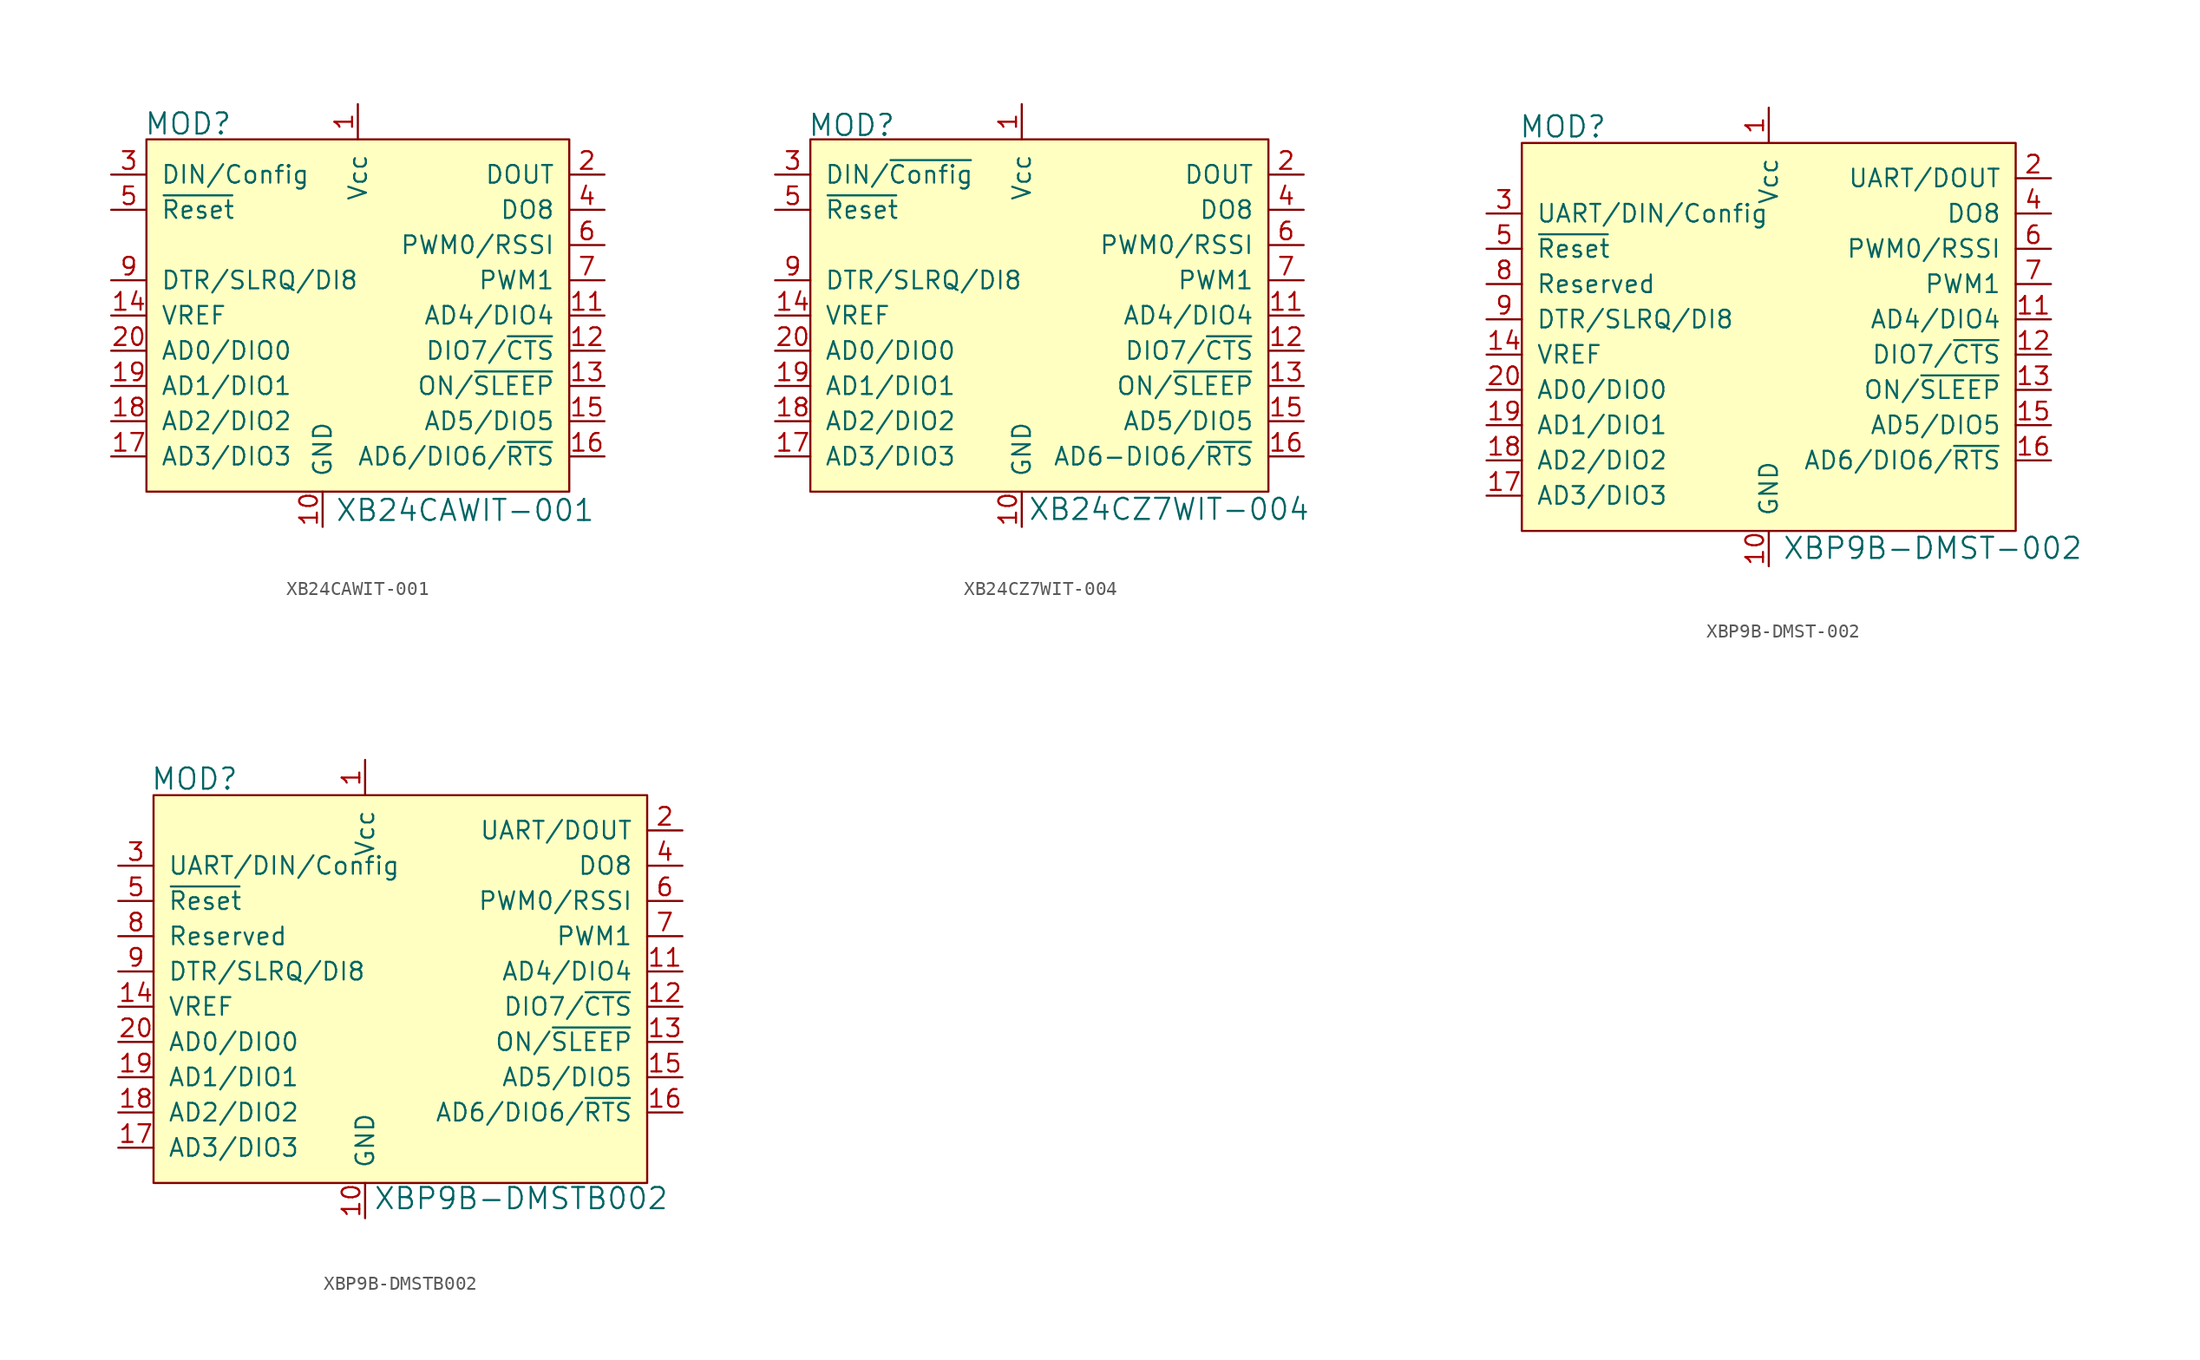
<source format=kicad_sym>
(kicad_symbol_lib
  (version 20201005)
  (generator kicad_symbol_editor)
  (symbol "XB24CAWIT-001"
    (pin_names
      (offset 1.016))
    (property "Reference" "MOD"
      (at -15.418 13.818 0)
      (effects (font (size 1.524 1.524)) (justify left)))
    (property "Value" "XB24CAWIT-001"
      (at -1.651 -14.046 0)
      (effects (font (size 1.524 1.524)) (justify left)))
    (symbol "XB24CAWIT-001_0_1"
      (rectangle (start -15.24 12.7) (end 15.24 -12.7) (stroke (width 0)) (fill (type background))))
    (symbol "XB24CAWIT-001_1_1"
      (pin power_in line (at 0 15.24 270) (length 2.54) (name "Vcc" (effects (font (size 1.27 1.27)))) (number "1" (effects (font (size 1.27 1.27)))))
      (pin output line (at 17.78 10.16 180) (length 2.54) (name "DOUT" (effects (font (size 1.27 1.27)))) (number "2" (effects (font (size 1.27 1.27)))))
      (pin input line (at -17.78 10.16 0) (length 2.54) (name "DIN/Config" (effects (font (size 1.27 1.27)))) (number "3" (effects (font (size 1.27 1.27)))))
      (pin output line (at 17.78 7.62 180) (length 2.54) (name "DO8" (effects (font (size 1.27 1.27)))) (number "4" (effects (font (size 1.27 1.27)))))
      (pin input line (at -17.78 7.62 0) (length 2.54) (name "~Reset" (effects (font (size 1.27 1.27)))) (number "5" (effects (font (size 1.27 1.27)))))
      (pin output line (at 17.78 5.08 180) (length 2.54) (name "PWM0/RSSI" (effects (font (size 1.27 1.27)))) (number "6" (effects (font (size 1.27 1.27)))))
      (pin output line (at 17.78 2.54 180) (length 2.54) (name "PWM1" (effects (font (size 1.27 1.27)))) (number "7" (effects (font (size 1.27 1.27)))))
      (pin no_connect line (at -15.24 5.08 0) (length 2.54) hide (name "Reserved" (effects (font (size 1.27 1.27)))) (number "8" (effects (font (size 1.27 1.27)))))
      (pin input line (at -17.78 2.54 0) (length 2.54) (name "DTR/SLRQ/DI8" (effects (font (size 1.27 1.27)))) (number "9" (effects (font (size 1.27 1.27)))))
      (pin power_in line (at -2.54 -15.24 90) (length 2.54) (name "GND" (effects (font (size 1.27 1.27)))) (number "10" (effects (font (size 1.27 1.27)))))
      (pin bidirectional line (at -17.78 -2.54 0) (length 2.54) (name "AD0/DIO0" (effects (font (size 1.27 1.27)))) (number "20" (effects (font (size 1.27 1.27)))))
      (pin bidirectional line (at 17.78 0 180) (length 2.54) (name "AD4/DIO4" (effects (font (size 1.27 1.27)))) (number "11" (effects (font (size 1.27 1.27)))))
      (pin bidirectional line (at 17.78 -2.54 180) (length 2.54) (name "DIO7/~CTS" (effects (font (size 1.27 1.27)))) (number "12" (effects (font (size 1.27 1.27)))))
      (pin output line (at 17.78 -5.08 180) (length 2.54) (name "ON/~SLEEP" (effects (font (size 1.27 1.27)))) (number "13" (effects (font (size 1.27 1.27)))))
      (pin input line (at -17.78 0 0) (length 2.54) (name "VREF" (effects (font (size 1.27 1.27)))) (number "14" (effects (font (size 1.27 1.27)))))
      (pin bidirectional line (at 17.78 -7.62 180) (length 2.54) (name "AD5/DIO5" (effects (font (size 1.27 1.27)))) (number "15" (effects (font (size 1.27 1.27)))))
      (pin bidirectional line (at 17.78 -10.16 180) (length 2.54) (name "AD6/DIO6/~RTS" (effects (font (size 1.27 1.27)))) (number "16" (effects (font (size 1.27 1.27)))))
      (pin bidirectional line (at -17.78 -10.16 0) (length 2.54) (name "AD3/DIO3" (effects (font (size 1.27 1.27)))) (number "17" (effects (font (size 1.27 1.27)))))
      (pin bidirectional line (at -17.78 -7.62 0) (length 2.54) (name "AD2/DIO2" (effects (font (size 1.27 1.27)))) (number "18" (effects (font (size 1.27 1.27)))))
      (pin bidirectional line (at -17.78 -5.08 0) (length 2.54) (name "AD1/DIO1" (effects (font (size 1.27 1.27)))) (number "19" (effects (font (size 1.27 1.27)))))))
  (symbol "XB24CZ7WIT-004"
    (pin_names
      (offset 1.016))
    (property "Reference" "MOD"
      (at -15.443 13.716 0)
      (effects (font (size 1.524 1.524)) (justify left)))
    (property "Value" "XB24CZ7WIT-004"
      (at 0.432 -13.97 0)
      (effects (font (size 1.524 1.524)) (justify left)))
    (symbol "XB24CZ7WIT-004_0_1"
      (rectangle (start -15.24 12.7) (end 17.78 -12.7) (stroke (width 0)) (fill (type background))))
    (symbol "XB24CZ7WIT-004_1_1"
      (pin power_in line (at 0 15.24 270) (length 2.54) (name "Vcc" (effects (font (size 1.27 1.27)))) (number "1" (effects (font (size 1.27 1.27)))))
      (pin output line (at 20.32 10.16 180) (length 2.54) (name "DOUT" (effects (font (size 1.27 1.27)))) (number "2" (effects (font (size 1.27 1.27)))))
      (pin input line (at -17.78 10.16 0) (length 2.54) (name "DIN/~Config" (effects (font (size 1.27 1.27)))) (number "3" (effects (font (size 1.27 1.27)))))
      (pin output line (at 20.32 7.62 180) (length 2.54) (name "DO8" (effects (font (size 1.27 1.27)))) (number "4" (effects (font (size 1.27 1.27)))))
      (pin input line (at -17.78 7.62 0) (length 2.54) (name "~Reset" (effects (font (size 1.27 1.27)))) (number "5" (effects (font (size 1.27 1.27)))))
      (pin output line (at 20.32 5.08 180) (length 2.54) (name "PWM0/RSSI" (effects (font (size 1.27 1.27)))) (number "6" (effects (font (size 1.27 1.27)))))
      (pin output line (at 20.32 2.54 180) (length 2.54) (name "PWM1" (effects (font (size 1.27 1.27)))) (number "7" (effects (font (size 1.27 1.27)))))
      (pin no_connect line (at -15.24 5.08 0) (length 2.54) hide (name "Reserved" (effects (font (size 1.27 1.27)))) (number "8" (effects (font (size 1.27 1.27)))))
      (pin input line (at -17.78 2.54 0) (length 2.54) (name "DTR/SLRQ/DI8" (effects (font (size 1.27 1.27)))) (number "9" (effects (font (size 1.27 1.27)))))
      (pin power_in line (at 0 -15.24 90) (length 2.54) (name "GND" (effects (font (size 1.27 1.27)))) (number "10" (effects (font (size 1.27 1.27)))))
      (pin bidirectional line (at -17.78 -2.54 0) (length 2.54) (name "AD0/DIO0" (effects (font (size 1.27 1.27)))) (number "20" (effects (font (size 1.27 1.27)))))
      (pin bidirectional line (at 20.32 0 180) (length 2.54) (name "AD4/DIO4" (effects (font (size 1.27 1.27)))) (number "11" (effects (font (size 1.27 1.27)))))
      (pin bidirectional line (at 20.32 -2.54 180) (length 2.54) (name "DIO7/~CTS" (effects (font (size 1.27 1.27)))) (number "12" (effects (font (size 1.27 1.27)))))
      (pin output line (at 20.32 -5.08 180) (length 2.54) (name "ON/~SLEEP" (effects (font (size 1.27 1.27)))) (number "13" (effects (font (size 1.27 1.27)))))
      (pin input line (at -17.78 0 0) (length 2.54) (name "VREF" (effects (font (size 1.27 1.27)))) (number "14" (effects (font (size 1.27 1.27)))))
      (pin bidirectional line (at 20.32 -7.62 180) (length 2.54) (name "AD5/DIO5" (effects (font (size 1.27 1.27)))) (number "15" (effects (font (size 1.27 1.27)))))
      (pin bidirectional line (at 20.32 -10.16 180) (length 2.54) (name "AD6-DIO6/~RTS" (effects (font (size 1.27 1.27)))) (number "16" (effects (font (size 1.27 1.27)))))
      (pin bidirectional line (at -17.78 -10.16 0) (length 2.54) (name "AD3/DIO3" (effects (font (size 1.27 1.27)))) (number "17" (effects (font (size 1.27 1.27)))))
      (pin bidirectional line (at -17.78 -7.62 0) (length 2.54) (name "AD2/DIO2" (effects (font (size 1.27 1.27)))) (number "18" (effects (font (size 1.27 1.27)))))
      (pin bidirectional line (at -17.78 -5.08 0) (length 2.54) (name "AD1/DIO1" (effects (font (size 1.27 1.27)))) (number "19" (effects (font (size 1.27 1.27)))))))
  (symbol "XBP9B-DMST-002"
    (pin_names
      (offset 1.016))
    (property "Reference" "MOD"
      (at -18.009 16.408 0)
      (effects (font (size 1.524 1.524)) (justify left)))
    (property "Value" "XBP9B-DMST-002"
      (at 0.965 -13.945 0)
      (effects (font (size 1.524 1.524)) (justify left)))
    (symbol "XBP9B-DMST-002_0_1"
      (rectangle (start -17.78 15.24) (end 17.78 -12.7) (stroke (width 0)) (fill (type background))))
    (symbol "XBP9B-DMST-002_1_1"
      (pin power_in line (at 0 17.78 270) (length 2.54) (name "Vcc" (effects (font (size 1.27 1.27)))) (number "1" (effects (font (size 1.27 1.27)))))
      (pin output line (at 20.32 12.7 180) (length 2.54) (name "UART/DOUT" (effects (font (size 1.27 1.27)))) (number "2" (effects (font (size 1.27 1.27)))))
      (pin input line (at -20.32 10.16 0) (length 2.54) (name "UART/DIN/Config" (effects (font (size 1.27 1.27)))) (number "3" (effects (font (size 1.27 1.27)))))
      (pin output line (at 20.32 10.16 180) (length 2.54) (name "DO8" (effects (font (size 1.27 1.27)))) (number "4" (effects (font (size 1.27 1.27)))))
      (pin input line (at -20.32 7.62 0) (length 2.54) (name "~Reset" (effects (font (size 1.27 1.27)))) (number "5" (effects (font (size 1.27 1.27)))))
      (pin output line (at 20.32 7.62 180) (length 2.54) (name "PWM0/RSSI" (effects (font (size 1.27 1.27)))) (number "6" (effects (font (size 1.27 1.27)))))
      (pin output line (at 20.32 5.08 180) (length 2.54) (name "PWM1" (effects (font (size 1.27 1.27)))) (number "7" (effects (font (size 1.27 1.27)))))
      (pin bidirectional line (at -20.32 5.08 0) (length 2.54) (name "Reserved" (effects (font (size 1.27 1.27)))) (number "8" (effects (font (size 1.27 1.27)))))
      (pin input line (at -20.32 2.54 0) (length 2.54) (name "DTR/SLRQ/DI8" (effects (font (size 1.27 1.27)))) (number "9" (effects (font (size 1.27 1.27)))))
      (pin power_in line (at 0 -15.24 90) (length 2.54) (name "GND" (effects (font (size 1.27 1.27)))) (number "10" (effects (font (size 1.27 1.27)))))
      (pin bidirectional line (at -20.32 -2.54 0) (length 2.54) (name "AD0/DIO0" (effects (font (size 1.27 1.27)))) (number "20" (effects (font (size 1.27 1.27)))))
      (pin bidirectional line (at 20.32 2.54 180) (length 2.54) (name "AD4/DIO4" (effects (font (size 1.27 1.27)))) (number "11" (effects (font (size 1.27 1.27)))))
      (pin bidirectional line (at 20.32 0 180) (length 2.54) (name "DIO7/~CTS" (effects (font (size 1.27 1.27)))) (number "12" (effects (font (size 1.27 1.27)))))
      (pin output line (at 20.32 -2.54 180) (length 2.54) (name "ON/~SLEEP" (effects (font (size 1.27 1.27)))) (number "13" (effects (font (size 1.27 1.27)))))
      (pin input line (at -20.32 0 0) (length 2.54) (name "VREF" (effects (font (size 1.27 1.27)))) (number "14" (effects (font (size 1.27 1.27)))))
      (pin bidirectional line (at 20.32 -5.08 180) (length 2.54) (name "AD5/DIO5" (effects (font (size 1.27 1.27)))) (number "15" (effects (font (size 1.27 1.27)))))
      (pin bidirectional line (at 20.32 -7.62 180) (length 2.54) (name "AD6/DIO6/~RTS" (effects (font (size 1.27 1.27)))) (number "16" (effects (font (size 1.27 1.27)))))
      (pin bidirectional line (at -20.32 -10.16 0) (length 2.54) (name "AD3/DIO3" (effects (font (size 1.27 1.27)))) (number "17" (effects (font (size 1.27 1.27)))))
      (pin bidirectional line (at -20.32 -7.62 0) (length 2.54) (name "AD2/DIO2" (effects (font (size 1.27 1.27)))) (number "18" (effects (font (size 1.27 1.27)))))
      (pin bidirectional line (at -20.32 -5.08 0) (length 2.54) (name "AD1/DIO1" (effects (font (size 1.27 1.27)))) (number "19" (effects (font (size 1.27 1.27)))))))
  (symbol "XBP9B-DMSTB002"
    (pin_names
      (offset 1.016))
    (property "Reference" "MOD"
      (at -18.009 18.948 0)
      (effects (font (size 1.524 1.524)) (justify left)))
    (property "Value" "XBP9B-DMSTB002"
      (at -1.956 -11.278 0)
      (effects (font (size 1.524 1.524)) (justify left)))
    (symbol "XBP9B-DMSTB002_0_1"
      (rectangle (start -17.78 17.78) (end 17.78 -10.16) (stroke (width 0)) (fill (type background))))
    (symbol "XBP9B-DMSTB002_1_1"
      (pin power_in line (at -2.54 20.32 270) (length 2.54) (name "Vcc" (effects (font (size 1.27 1.27)))) (number "1" (effects (font (size 1.27 1.27)))))
      (pin output line (at 20.32 15.24 180) (length 2.54) (name "UART/DOUT" (effects (font (size 1.27 1.27)))) (number "2" (effects (font (size 1.27 1.27)))))
      (pin input line (at -20.32 12.7 0) (length 2.54) (name "UART/DIN/Config" (effects (font (size 1.27 1.27)))) (number "3" (effects (font (size 1.27 1.27)))))
      (pin output line (at 20.32 12.7 180) (length 2.54) (name "DO8" (effects (font (size 1.27 1.27)))) (number "4" (effects (font (size 1.27 1.27)))))
      (pin input line (at -20.32 10.16 0) (length 2.54) (name "~Reset" (effects (font (size 1.27 1.27)))) (number "5" (effects (font (size 1.27 1.27)))))
      (pin output line (at 20.32 10.16 180) (length 2.54) (name "PWM0/RSSI" (effects (font (size 1.27 1.27)))) (number "6" (effects (font (size 1.27 1.27)))))
      (pin output line (at 20.32 7.62 180) (length 2.54) (name "PWM1" (effects (font (size 1.27 1.27)))) (number "7" (effects (font (size 1.27 1.27)))))
      (pin bidirectional line (at -20.32 7.62 0) (length 2.54) (name "Reserved" (effects (font (size 1.27 1.27)))) (number "8" (effects (font (size 1.27 1.27)))))
      (pin input line (at -20.32 5.08 0) (length 2.54) (name "DTR/SLRQ/DI8" (effects (font (size 1.27 1.27)))) (number "9" (effects (font (size 1.27 1.27)))))
      (pin power_in line (at -2.54 -12.7 90) (length 2.54) (name "GND" (effects (font (size 1.27 1.27)))) (number "10" (effects (font (size 1.27 1.27)))))
      (pin bidirectional line (at -20.32 0 0) (length 2.54) (name "AD0/DIO0" (effects (font (size 1.27 1.27)))) (number "20" (effects (font (size 1.27 1.27)))))
      (pin bidirectional line (at 20.32 5.08 180) (length 2.54) (name "AD4/DIO4" (effects (font (size 1.27 1.27)))) (number "11" (effects (font (size 1.27 1.27)))))
      (pin bidirectional line (at 20.32 2.54 180) (length 2.54) (name "DIO7/~CTS" (effects (font (size 1.27 1.27)))) (number "12" (effects (font (size 1.27 1.27)))))
      (pin output line (at 20.32 0 180) (length 2.54) (name "ON/~SLEEP" (effects (font (size 1.27 1.27)))) (number "13" (effects (font (size 1.27 1.27)))))
      (pin input line (at -20.32 2.54 0) (length 2.54) (name "VREF" (effects (font (size 1.27 1.27)))) (number "14" (effects (font (size 1.27 1.27)))))
      (pin bidirectional line (at 20.32 -2.54 180) (length 2.54) (name "AD5/DIO5" (effects (font (size 1.27 1.27)))) (number "15" (effects (font (size 1.27 1.27)))))
      (pin bidirectional line (at 20.32 -5.08 180) (length 2.54) (name "AD6/DIO6/~RTS" (effects (font (size 1.27 1.27)))) (number "16" (effects (font (size 1.27 1.27)))))
      (pin bidirectional line (at -20.32 -7.62 0) (length 2.54) (name "AD3/DIO3" (effects (font (size 1.27 1.27)))) (number "17" (effects (font (size 1.27 1.27)))))
      (pin bidirectional line (at -20.32 -5.08 0) (length 2.54) (name "AD2/DIO2" (effects (font (size 1.27 1.27)))) (number "18" (effects (font (size 1.27 1.27)))))
      (pin bidirectional line (at -20.32 -2.54 0) (length 2.54) (name "AD1/DIO1" (effects (font (size 1.27 1.27)))) (number "19" (effects (font (size 1.27 1.27))))))))
</source>
